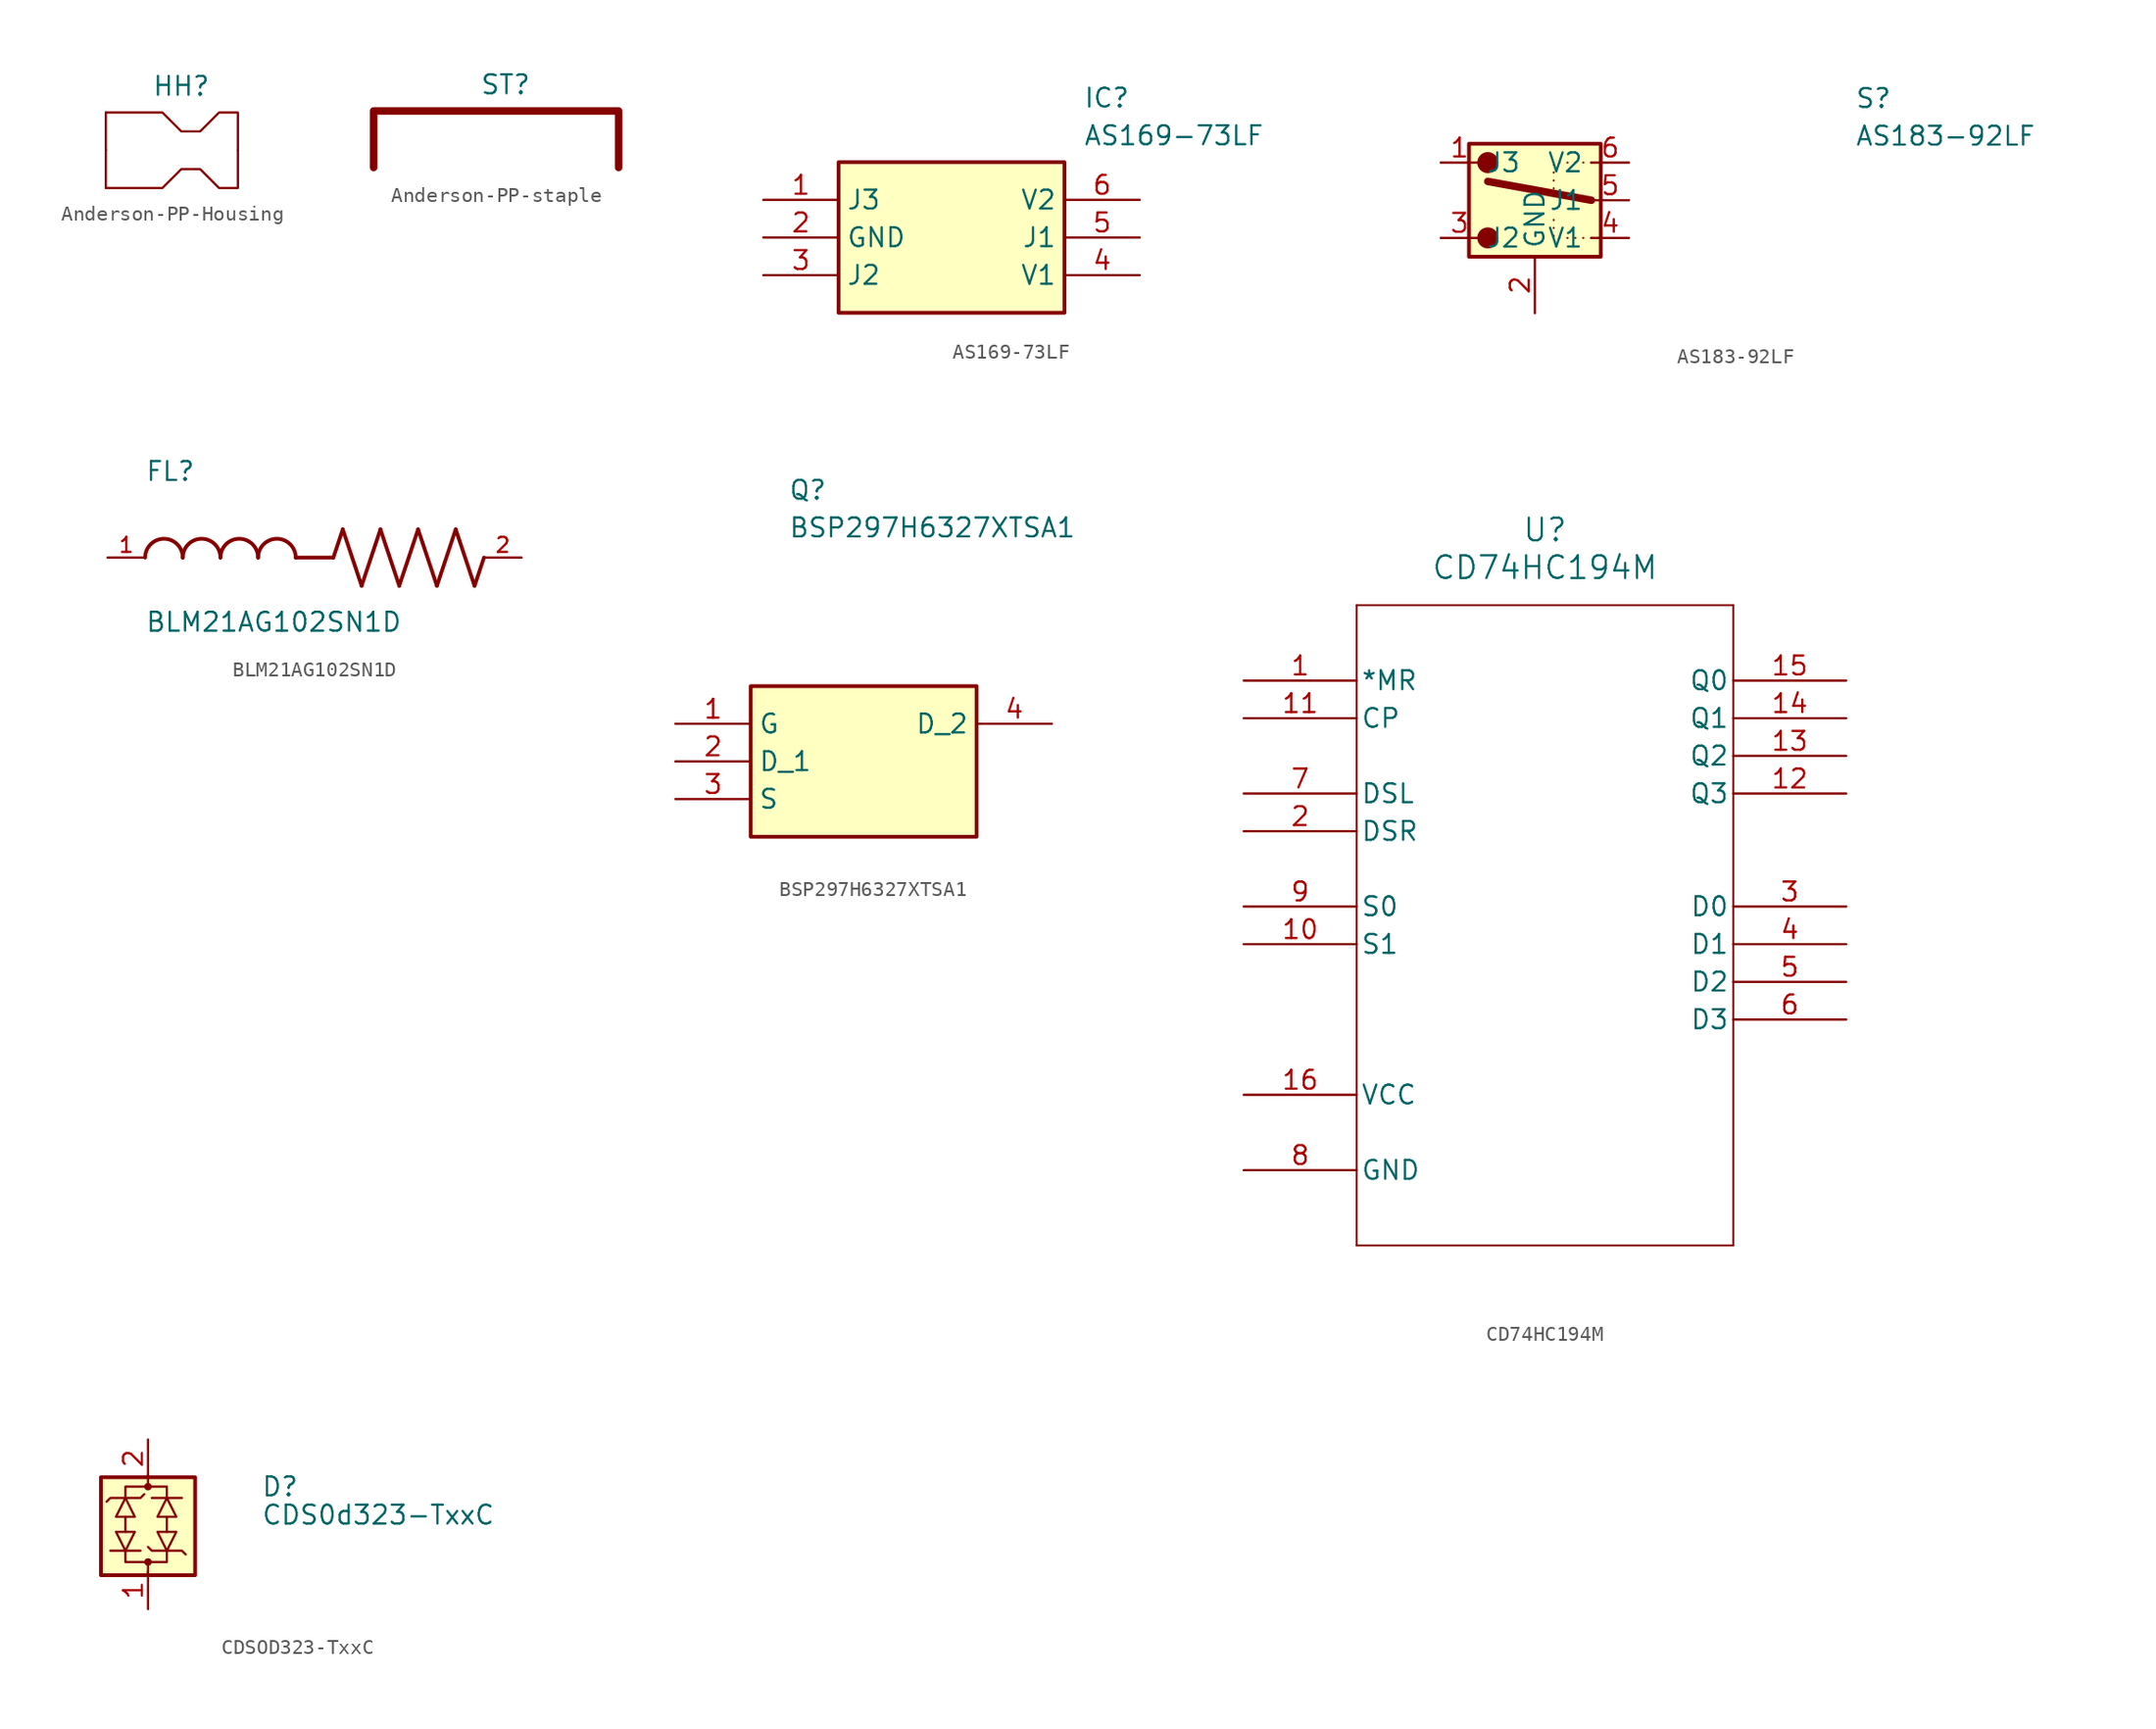
<source format=kicad_sym>
(kicad_symbol_lib
  (version 20241209)
  (generator "kicad_symbol_editor")
  (generator_version "9.0")
  (symbol "Anderson-PP-Housing"
    (property "Reference" "HH"
      (at 0 4.318 0)
      (effects (font (size 1.27 1.27))))
    (property "Value" ""
      (at 0 0 0)
      (effects (font (size 1.27 1.27))))
    (symbol "Anderson-PP-Housing_0_1"
      (polyline (pts (xy -5.08 2.54) (xy -5.08 0)) (stroke (width 0) (type default)) (fill (type none)))
      (polyline (pts (xy -5.08 2.54) (xy -1.27 2.54) (xy 0 1.27) (xy 1.27 1.27) (xy 2.54 2.54) (xy 3.81 2.54) (xy 3.81 1.27) (xy 3.81 0)) (stroke (width 0) (type default)) (fill (type none)))
      (polyline (pts (xy -5.08 -2.54) (xy -5.08 0)) (stroke (width 0) (type default)) (fill (type none)))
      (polyline (pts (xy -5.08 -2.54) (xy -1.27 -2.54) (xy 0 -1.27) (xy 1.27 -1.27) (xy 2.54 -2.54) (xy 3.81 -2.54) (xy 3.81 -1.27) (xy 3.81 0)) (stroke (width 0) (type default)) (fill (type none)))))
  (symbol "Anderson-PP-staple"
    (property "Reference" "ST"
      (at 0 3.048 0)
      (effects (font (size 1.27 1.27))))
    (property "Value" ""
      (at 0 0 0)
      (effects (font (size 1.27 1.27))))
    (symbol "Anderson-PP-staple_1_1"
      (polyline (pts (xy -8.89 -2.54) (xy -8.89 1.27) (xy 7.62 1.27) (xy 7.62 -2.54)) (stroke (width 0.508) (type solid)) (fill (type none)))))
  (symbol "AS169-73LF"
    (property "Reference" "IC"
      (at 21.59 7.62 0)
      (effects (font (size 1.27 1.27)) (justify left top)))
    (property "Value" "AS169-73LF"
      (at 21.59 5.08 0)
      (effects (font (size 1.27 1.27)) (justify left top)))
    (symbol "AS169-73LF_1_1"
      (rectangle (start 5.08 2.54) (end 20.32 -7.62) (stroke (width 0.254) (type default)) (fill (type background)))
      (pin passive line (at 0 0 0) (length 5.08) (name "J3" (effects (font (size 1.27 1.27)))) (number "1" (effects (font (size 1.27 1.27)))))
      (pin passive line (at 0 -2.54 0) (length 5.08) (name "GND" (effects (font (size 1.27 1.27)))) (number "2" (effects (font (size 1.27 1.27)))))
      (pin passive line (at 0 -5.08 0) (length 5.08) (name "J2" (effects (font (size 1.27 1.27)))) (number "3" (effects (font (size 1.27 1.27)))))
      (pin passive line (at 25.4 0 180) (length 5.08) (name "V2" (effects (font (size 1.27 1.27)))) (number "6" (effects (font (size 1.27 1.27)))))
      (pin passive line (at 25.4 -2.54 180) (length 5.08) (name "J1" (effects (font (size 1.27 1.27)))) (number "5" (effects (font (size 1.27 1.27)))))
      (pin passive line (at 25.4 -5.08 180) (length 5.08) (name "V1" (effects (font (size 1.27 1.27)))) (number "4" (effects (font (size 1.27 1.27)))))))
  (symbol "AS183-92LF"
    (property "Reference" "S"
      (at 21.59 7.62 0)
      (effects (font (size 1.27 1.27)) (justify left top)))
    (property "Value" "AS183-92LF"
      (at 21.59 5.08 0)
      (effects (font (size 1.27 1.27)) (justify left top)))
    (symbol "AS183-92LF_1_1"
      (rectangle (start -4.445 3.81) (end 4.445 -3.81) (stroke (width 0.254) (type default)) (fill (type background)))
      (circle (center -3.175 2.54) (radius 0.635) (stroke (width 0) (type solid)) (fill (type outline)))
      (circle (center -3.175 -2.54) (radius 0.635) (stroke (width 0) (type solid)) (fill (type outline)))
      (polyline (pts (xy 3.81 2.54) (xy 1.27 2.54) (xy 1.27 0.635)) (stroke (width 0.127) (type dot)) (fill (type none)))
      (polyline (pts (xy 3.81 0) (xy -3.175 1.27)) (stroke (width 0.508) (type solid)) (fill (type none)))
      (polyline (pts (xy 3.81 -2.54) (xy 1.27 -2.54) (xy 1.27 -1.27)) (stroke (width 0.127) (type dot)) (fill (type none)))
      (pin passive line (at -6.35 2.54 0) (length 2.54) (name "J3" (effects (font (size 1.27 1.27)))) (number "1" (effects (font (size 1.27 1.27)))))
      (pin passive line (at -6.35 -2.54 0) (length 2.54) (name "J2" (effects (font (size 1.27 1.27)))) (number "3" (effects (font (size 1.27 1.27)))))
      (pin passive line (at 0 -7.62 90) (length 3.81) (name "GND" (effects (font (size 1.27 1.27)))) (number "2" (effects (font (size 1.27 1.27)))))
      (pin passive line (at 6.35 2.54 180) (length 2.54) (name "V2" (effects (font (size 1.27 1.27)))) (number "6" (effects (font (size 1.27 1.27)))))
      (pin passive line (at 6.35 0 180) (length 2.54) (name "J1" (effects (font (size 1.27 1.27)))) (number "5" (effects (font (size 1.27 1.27)))))
      (pin passive line (at 6.35 -2.54 180) (length 2.54) (name "V1" (effects (font (size 1.27 1.27)))) (number "4" (effects (font (size 1.27 1.27)))))))
  (symbol "BLM21AG102SN1D"
    (pin_names
      (offset 1.016))
    (property "Reference" "FL"
      (at -12.704 5.082 0)
      (effects (font (size 1.27 1.27)) (justify left bottom)))
    (property "Value" "BLM21AG102SN1D"
      (at -12.71 -5.087 0)
      (effects (font (size 1.27 1.27)) (justify left bottom)))
    (symbol "BLM21AG102SN1D_0_0"
      (arc (start -12.7 0) (mid -11.43 1.2645) (end -10.16 0) (stroke (width 0.254) (type default)) (fill (type none)))
      (arc (start -10.16 0) (mid -8.89 1.2645) (end -7.62 0) (stroke (width 0.254) (type default)) (fill (type none)))
      (arc (start -7.62 0) (mid -6.35 1.2645) (end -5.08 0) (stroke (width 0.254) (type default)) (fill (type none)))
      (arc (start -5.08 0) (mid -3.81 1.2645) (end -2.54 0) (stroke (width 0.254) (type default)) (fill (type none)))
      (polyline (pts (xy 0 0) (xy -2.54 0)) (stroke (width 0.254) (type default)) (fill (type none)))
      (polyline (pts (xy 0 0) (xy 0.635 1.905)) (stroke (width 0.254) (type default)) (fill (type none)))
      (polyline (pts (xy 0.635 1.905) (xy 1.905 -1.905)) (stroke (width 0.254) (type default)) (fill (type none)))
      (polyline (pts (xy 1.905 -1.905) (xy 3.175 1.905)) (stroke (width 0.254) (type default)) (fill (type none)))
      (polyline (pts (xy 3.175 1.905) (xy 4.445 -1.905)) (stroke (width 0.254) (type default)) (fill (type none)))
      (polyline (pts (xy 4.445 -1.905) (xy 5.715 1.905)) (stroke (width 0.254) (type default)) (fill (type none)))
      (polyline (pts (xy 5.715 1.905) (xy 6.985 -1.905)) (stroke (width 0.254) (type default)) (fill (type none)))
      (polyline (pts (xy 6.985 -1.905) (xy 8.255 1.905)) (stroke (width 0.254) (type default)) (fill (type none)))
      (polyline (pts (xy 8.255 1.905) (xy 9.525 -1.905)) (stroke (width 0.254) (type default)) (fill (type none)))
      (polyline (pts (xy 9.525 -1.905) (xy 10.16 0)) (stroke (width 0.254) (type default)) (fill (type none)))
      (pin passive line (at -15.24 0 0) (length 2.54) (name "~" (effects (font (size 1.016 1.016)))) (number "1" (effects (font (size 1.016 1.016)))))
      (pin passive line (at 12.7 0 180) (length 2.54) (name "~" (effects (font (size 1.016 1.016)))) (number "2" (effects (font (size 1.016 1.016)))))))
  (symbol "BSP297H6327XTSA1"
    (property "Reference" "Q"
      (at 21.59 7.62 0)
      (effects (font (size 1.27 1.27)) (justify left top)))
    (property "Value" "BSP297H6327XTSA1"
      (at 21.59 5.08 0)
      (effects (font (size 1.27 1.27)) (justify left top)))
    (symbol "BSP297H6327XTSA1_1_1"
      (rectangle (start 19.05 -6.35) (end 34.29 -16.51) (stroke (width 0.254) (type default)) (fill (type background)))
      (pin passive line (at 13.97 -8.89 0) (length 5.08) (name "G" (effects (font (size 1.27 1.27)))) (number "1" (effects (font (size 1.27 1.27)))))
      (pin passive line (at 13.97 -11.43 0) (length 5.08) (name "D_1" (effects (font (size 1.27 1.27)))) (number "2" (effects (font (size 1.27 1.27)))))
      (pin passive line (at 13.97 -13.97 0) (length 5.08) (name "S" (effects (font (size 1.27 1.27)))) (number "3" (effects (font (size 1.27 1.27)))))
      (pin passive line (at 39.37 -8.89 180) (length 5.08) (name "D_2" (effects (font (size 1.27 1.27)))) (number "4" (effects (font (size 1.27 1.27)))))))
  (symbol "CD74HC194M"
    (pin_names
      (offset 0.254))
    (property "Reference" "U"
      (at 20.32 10.16 0)
      (effects (font (size 1.524 1.524))))
    (property "Value" "CD74HC194M"
      (at 20.32 7.62 0)
      (effects (font (size 1.524 1.524))))
    (property "ki_locked" ""
      (at 0 0 0)
      (effects (font (size 1.27 1.27))))
    (symbol "CD74HC194M_0_1"
      (polyline (pts (xy 7.62 5.08) (xy 7.62 -38.1)) (stroke (width 0.127) (type default)) (fill (type none)))
      (polyline (pts (xy 7.62 -38.1) (xy 33.02 -38.1)) (stroke (width 0.127) (type default)) (fill (type none)))
      (polyline (pts (xy 33.02 5.08) (xy 7.62 5.08)) (stroke (width 0.127) (type default)) (fill (type none)))
      (polyline (pts (xy 33.02 -38.1) (xy 33.02 5.08)) (stroke (width 0.127) (type default)) (fill (type none)))
      (pin input line (at 0 0 0) (length 7.62) (name "*MR" (effects (font (size 1.27 1.27)))) (number "1" (effects (font (size 1.27 1.27)))))
      (pin input line (at 0 -2.54 0) (length 7.62) (name "CP" (effects (font (size 1.27 1.27)))) (number "11" (effects (font (size 1.27 1.27)))))
      (pin input line (at 0 -7.62 0) (length 7.62) (name "DSL" (effects (font (size 1.27 1.27)))) (number "7" (effects (font (size 1.27 1.27)))))
      (pin input line (at 0 -10.16 0) (length 7.62) (name "DSR" (effects (font (size 1.27 1.27)))) (number "2" (effects (font (size 1.27 1.27)))))
      (pin input line (at 0 -15.24 0) (length 7.62) (name "S0" (effects (font (size 1.27 1.27)))) (number "9" (effects (font (size 1.27 1.27)))))
      (pin input line (at 0 -17.78 0) (length 7.62) (name "S1" (effects (font (size 1.27 1.27)))) (number "10" (effects (font (size 1.27 1.27)))))
      (pin power_in line (at 0 -27.94 0) (length 7.62) (name "VCC" (effects (font (size 1.27 1.27)))) (number "16" (effects (font (size 1.27 1.27)))))
      (pin power_in line (at 0 -33.02 0) (length 7.62) (name "GND" (effects (font (size 1.27 1.27)))) (number "8" (effects (font (size 1.27 1.27)))))
      (pin output line (at 40.64 0 180) (length 7.62) (name "Q0" (effects (font (size 1.27 1.27)))) (number "15" (effects (font (size 1.27 1.27)))))
      (pin output line (at 40.64 -2.54 180) (length 7.62) (name "Q1" (effects (font (size 1.27 1.27)))) (number "14" (effects (font (size 1.27 1.27)))))
      (pin output line (at 40.64 -5.08 180) (length 7.62) (name "Q2" (effects (font (size 1.27 1.27)))) (number "13" (effects (font (size 1.27 1.27)))))
      (pin output line (at 40.64 -7.62 180) (length 7.62) (name "Q3" (effects (font (size 1.27 1.27)))) (number "12" (effects (font (size 1.27 1.27)))))
      (pin input line (at 40.64 -15.24 180) (length 7.62) (name "D0" (effects (font (size 1.27 1.27)))) (number "3" (effects (font (size 1.27 1.27)))))
      (pin input line (at 40.64 -20.32 180) (length 7.62) (name "D2" (effects (font (size 1.27 1.27)))) (number "5" (effects (font (size 1.27 1.27)))))
      (pin input line (at 40.64 -22.86 180) (length 7.62) (name "D3" (effects (font (size 1.27 1.27)))) (number "6" (effects (font (size 1.27 1.27))))))
    (symbol "CD74HC194M_1_1"
      (pin input line (at 40.64 -17.78 180) (length 7.62) (name "D1" (effects (font (size 1.27 1.27)))) (number "4" (effects (font (size 1.27 1.27)))))))
  (symbol "CDSOD323-TxxC"
    (pin_names
      (hide yes))
    (property "Reference" "D"
      (at 7.62 2.54 0)
      (effects (font (size 1.27 1.27)) (justify left)))
    (property "Value" "CDS0d323-TxxC"
      (at 7.62 0.635 0)
      (effects (font (size 1.27 1.27)) (justify left)))
    (symbol "CDSOD323-TxxC_0_0"
      (pin passive line (at 0 5.715 270) (length 2.54) (name "A" (effects (font (size 1.27 1.27)))) (number "2" (effects (font (size 1.27 1.27))))))
    (symbol "CDSOD323-TxxC_0_1"
      (rectangle (start -3.175 3.175) (end 3.175 -3.429) (stroke (width 0.254) (type default)) (fill (type background)))
      (polyline (pts (xy -2.794 1.524) (xy -2.54 1.778) (xy -0.508 1.778) (xy -0.254 2.032)) (stroke (width 0) (type default)) (fill (type none)))
      (polyline (pts (xy -2.54 -1.778) (xy -0.508 -1.778)) (stroke (width 0) (type default)) (fill (type none)))
      (polyline (pts (xy -1.524 1.778) (xy -2.159 0.508) (xy -0.889 0.508) (xy -1.524 1.778)) (stroke (width 0) (type default)) (fill (type none)))
      (polyline (pts (xy -1.524 1.778) (xy -1.524 2.54) (xy 1.27 2.54) (xy 1.27 1.778)) (stroke (width 0) (type default)) (fill (type none)))
      (polyline (pts (xy -1.524 0.508) (xy -1.524 -0.508)) (stroke (width 0) (type default)) (fill (type none)))
      (polyline (pts (xy -1.524 -1.778) (xy -2.159 -0.508) (xy -0.889 -0.508) (xy -1.524 -1.778)) (stroke (width 0) (type default)) (fill (type none)))
      (polyline (pts (xy -1.524 -1.778) (xy -1.524 -2.54) (xy 1.27 -2.54) (xy 1.27 -1.778)) (stroke (width 0) (type default)) (fill (type none)))
      (polyline (pts (xy 0 2.794) (xy 0 3.302)) (stroke (width 0) (type default)) (fill (type none)))
      (polyline (pts (xy 0 -1.524) (xy 0.254 -1.778) (xy 2.286 -1.778) (xy 2.54 -2.032)) (stroke (width 0) (type default)) (fill (type none)))
      (polyline (pts (xy 0 -3.302) (xy 0 -2.794)) (stroke (width 0) (type default)) (fill (type none)))
      (polyline (pts (xy 0.254 1.778) (xy 2.286 1.778)) (stroke (width 0) (type default)) (fill (type none)))
      (polyline (pts (xy 1.27 1.778) (xy 0.635 0.508) (xy 1.905 0.508) (xy 1.27 1.778)) (stroke (width 0) (type default)) (fill (type none)))
      (polyline (pts (xy 1.27 0.508) (xy 1.27 -0.508)) (stroke (width 0) (type default)) (fill (type none)))
      (polyline (pts (xy 1.27 -1.778) (xy 0.635 -0.508) (xy 1.905 -0.508) (xy 1.27 -1.778)) (stroke (width 0) (type default)) (fill (type none))))
    (symbol "CDSOD323-TxxC_1_1"
      (circle (center 0 2.54) (radius 0.254) (stroke (width -0.0001) (type solid)) (fill (type outline)))
      (circle (center 0 -2.54) (radius 0.254) (stroke (width -0.0001) (type solid)) (fill (type outline)))
      (pin passive line (at 0 -5.715 90) (length 2.54) (name "K" (effects (font (size 1.27 1.27)))) (number "1" (effects (font (size 1.27 1.27))))))))
</source>
